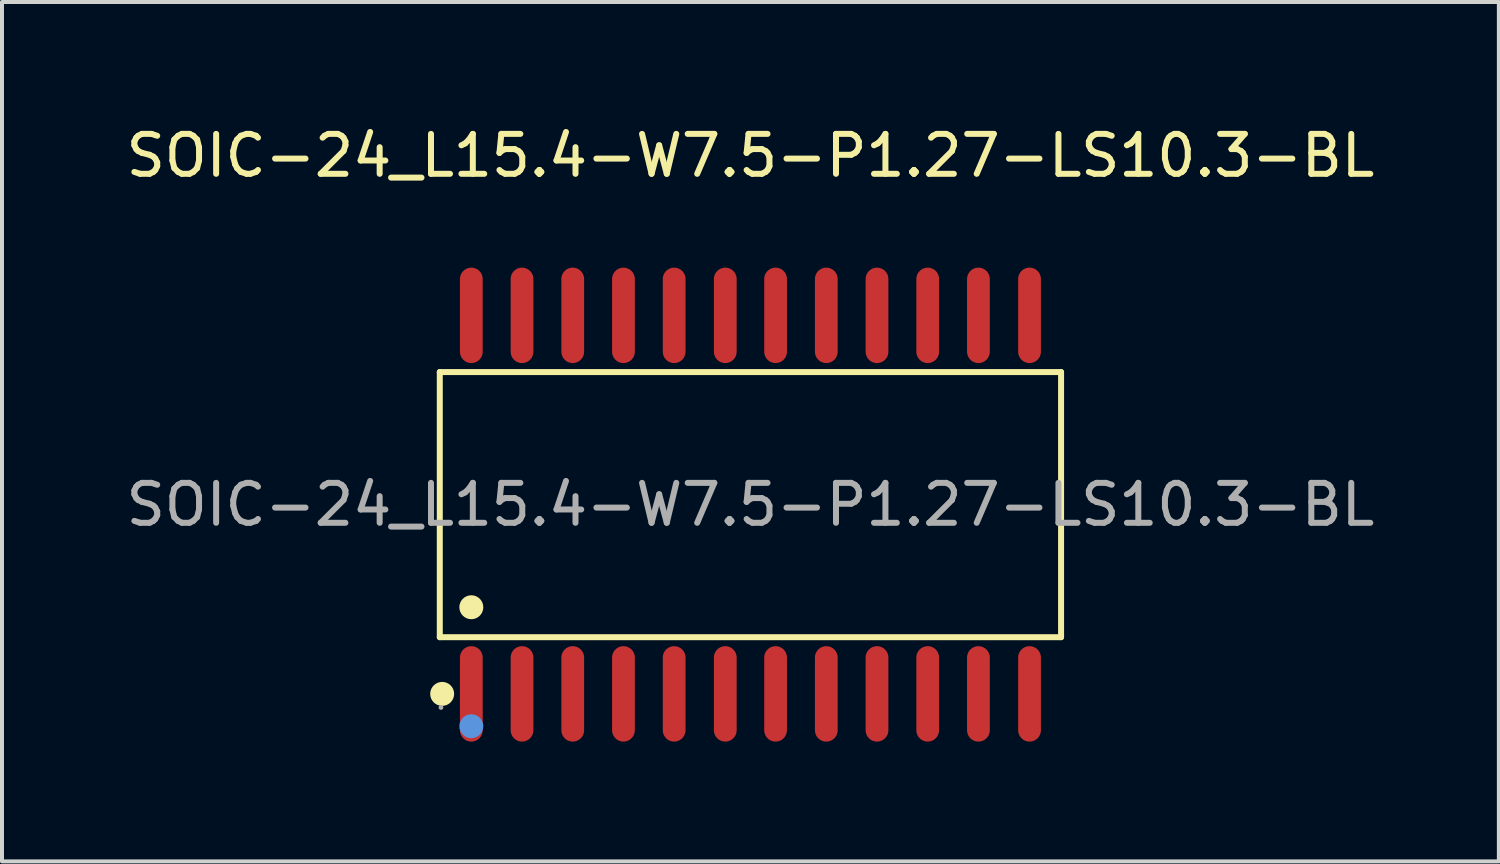
<source format=kicad_pcb>
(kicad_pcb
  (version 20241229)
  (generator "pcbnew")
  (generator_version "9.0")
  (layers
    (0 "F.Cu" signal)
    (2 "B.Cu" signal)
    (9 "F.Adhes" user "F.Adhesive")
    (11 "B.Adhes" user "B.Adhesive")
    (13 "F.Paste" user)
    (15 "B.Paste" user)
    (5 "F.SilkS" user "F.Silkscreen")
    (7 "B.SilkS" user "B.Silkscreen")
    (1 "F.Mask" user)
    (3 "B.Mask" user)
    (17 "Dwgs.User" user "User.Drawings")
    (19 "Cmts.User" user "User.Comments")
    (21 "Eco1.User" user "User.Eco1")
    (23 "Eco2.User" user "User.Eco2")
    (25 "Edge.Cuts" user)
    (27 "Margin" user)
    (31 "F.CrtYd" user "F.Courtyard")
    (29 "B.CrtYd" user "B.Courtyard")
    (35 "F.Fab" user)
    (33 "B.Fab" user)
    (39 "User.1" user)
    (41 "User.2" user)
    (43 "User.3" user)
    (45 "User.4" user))
  (footprint "SOIC-24_L15.4-W7.5-P1.27-LS10.3-BL"
    (layer "F.Cu")
    (at 15.744 9.588)
    (property "Reference" "SOIC-24_L15.4-W7.5-P1.27-LS10.3-BL" (at 0 -8.74 0) (layer "F.SilkS") (effects (font (size 1 1) (thickness 0.15))))
    (attr smd)
    (fp_line (start -7.78 -3.32) (end 7.78 -3.32) (stroke (width 0.15) (type solid)) (layer "F.SilkS"))
    (fp_line (start -7.78 3.32) (end -7.78 -3.32) (stroke (width 0.15) (type solid)) (layer "F.SilkS"))
    (fp_line (start 7.78 -3.32) (end 7.78 3.32) (stroke (width 0.15) (type solid)) (layer "F.SilkS"))
    (fp_line (start 7.78 3.32) (end -7.78 3.32) (stroke (width 0.15) (type solid)) (layer "F.SilkS"))
    (fp_circle (center -7.72 4.74) (end -7.57 4.74) (stroke (width 0.3) (type solid)) (fill no) (layer "F.SilkS"))
    (fp_circle (center -6.99 2.57) (end -6.84 2.57) (stroke (width 0.3) (type solid)) (fill no) (layer "F.SilkS"))
    (fp_circle (center -6.99 5.55) (end -6.84 5.55) (stroke (width 0.3) (type solid)) (fill no) (layer "Cmts.User"))
    (fp_circle (center -7.75 5.08) (end -7.72 5.08) (stroke (width 0.06) (type solid)) (fill no) (layer "F.Fab"))
    (fp_text user "${REFERENCE}" (at 0 0 0) (layer "F.Fab") (effects (font (size 1 1) (thickness 0.15))))
    (pad "1" smd oval (at -6.99 4.74) (size 0.57 2.39) (layers "F.Cu" "F.Mask" "F.Paste"))
    (pad "2" smd oval (at -5.72 4.74) (size 0.57 2.39) (layers "F.Cu" "F.Mask" "F.Paste"))
    (pad "3" smd oval (at -4.45 4.74) (size 0.57 2.39) (layers "F.Cu" "F.Mask" "F.Paste"))
    (pad "4" smd oval (at -3.18 4.74) (size 0.57 2.39) (layers "F.Cu" "F.Mask" "F.Paste"))
    (pad "5" smd oval (at -1.91 4.74) (size 0.57 2.39) (layers "F.Cu" "F.Mask" "F.Paste"))
    (pad "6" smd oval (at -0.63 4.74) (size 0.57 2.39) (layers "F.Cu" "F.Mask" "F.Paste"))
    (pad "7" smd oval (at 0.63 4.74) (size 0.57 2.39) (layers "F.Cu" "F.Mask" "F.Paste"))
    (pad "8" smd oval (at 1.9 4.74) (size 0.57 2.39) (layers "F.Cu" "F.Mask" "F.Paste"))
    (pad "9" smd oval (at 3.17 4.74) (size 0.57 2.39) (layers "F.Cu" "F.Mask" "F.Paste"))
    (pad "10" smd oval (at 4.44 4.74) (size 0.57 2.39) (layers "F.Cu" "F.Mask" "F.Paste"))
    (pad "11" smd oval (at 5.71 4.74) (size 0.57 2.39) (layers "F.Cu" "F.Mask" "F.Paste"))
    (pad "12" smd oval (at 6.99 4.74) (size 0.57 2.39) (layers "F.Cu" "F.Mask" "F.Paste"))
    (pad "13" smd oval (at 6.99 -4.74) (size 0.57 2.39) (layers "F.Cu" "F.Mask" "F.Paste"))
    (pad "14" smd oval (at 5.71 -4.74) (size 0.57 2.39) (layers "F.Cu" "F.Mask" "F.Paste"))
    (pad "15" smd oval (at 4.44 -4.74) (size 0.57 2.39) (layers "F.Cu" "F.Mask" "F.Paste"))
    (pad "16" smd oval (at 3.17 -4.74) (size 0.57 2.39) (layers "F.Cu" "F.Mask" "F.Paste"))
    (pad "17" smd oval (at 1.9 -4.74) (size 0.57 2.39) (layers "F.Cu" "F.Mask" "F.Paste"))
    (pad "18" smd oval (at 0.63 -4.74) (size 0.57 2.39) (layers "F.Cu" "F.Mask" "F.Paste"))
    (pad "19" smd oval (at -0.63 -4.74) (size 0.57 2.39) (layers "F.Cu" "F.Mask" "F.Paste"))
    (pad "20" smd oval (at -1.91 -4.74) (size 0.57 2.39) (layers "F.Cu" "F.Mask" "F.Paste"))
    (pad "21" smd oval (at -3.18 -4.74) (size 0.57 2.39) (layers "F.Cu" "F.Mask" "F.Paste"))
    (pad "22" smd oval (at -4.45 -4.74) (size 0.57 2.39) (layers "F.Cu" "F.Mask" "F.Paste"))
    (pad "23" smd oval (at -5.72 -4.74) (size 0.57 2.39) (layers "F.Cu" "F.Mask" "F.Paste"))
    (pad "24" smd oval (at -6.99 -4.74) (size 0.57 2.39) (layers "F.Cu" "F.Mask" "F.Paste")))
  (gr_rect
    (start -3 -3)
    (end 34.488 18.523)
    (stroke (width 0.1) (type default))
    (fill no)
    (layer "Edge.Cuts")))
</source>
